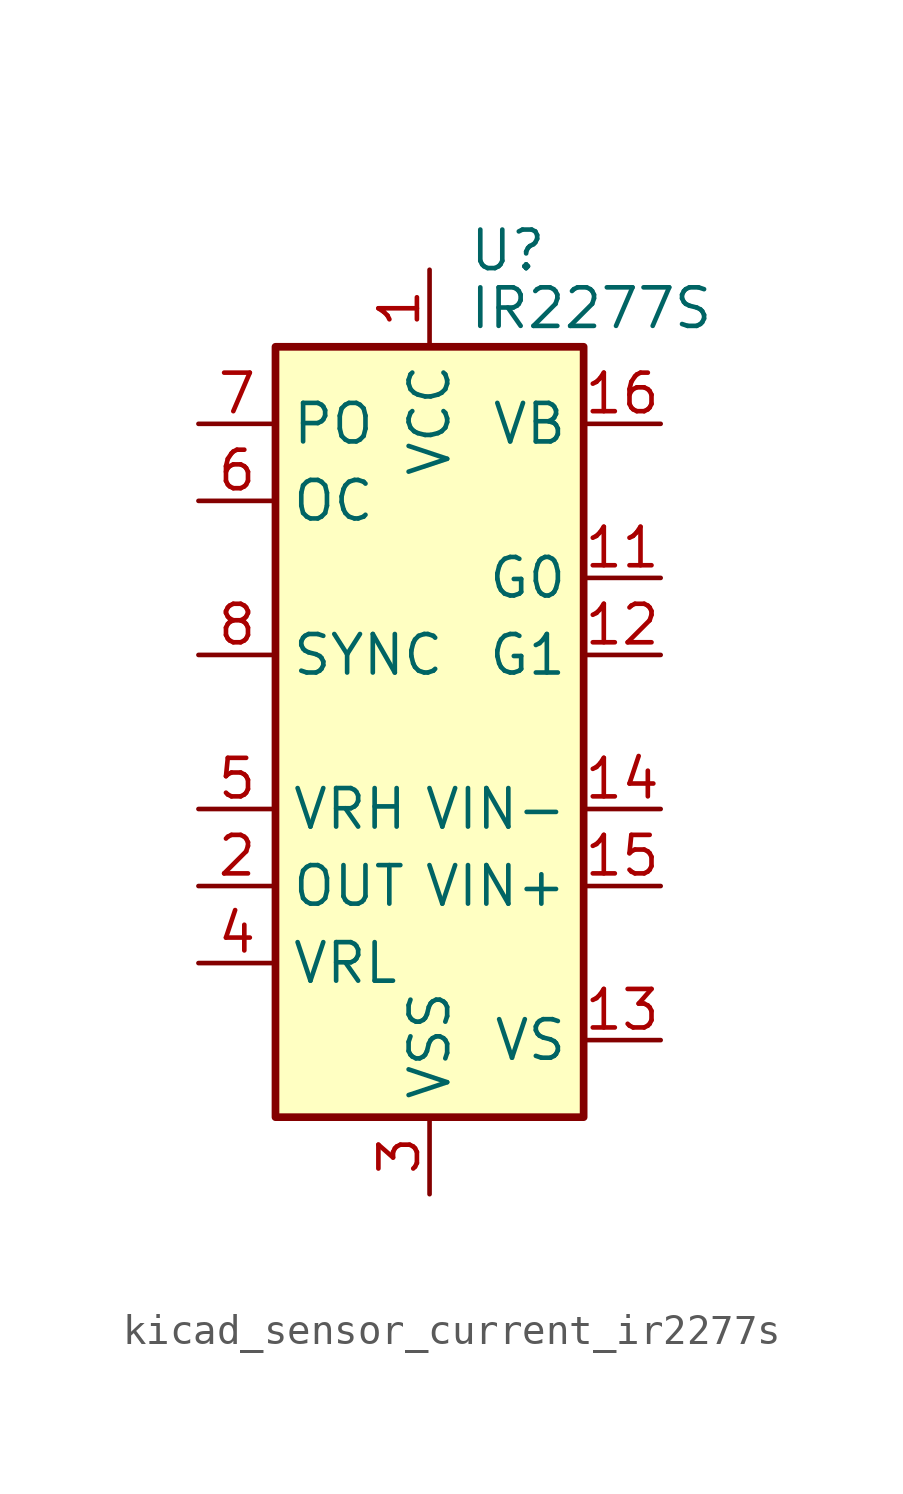
<source format=kicad_sym>
(kicad_symbol_lib
  (version 20220914)
  (generator kicad_symbol_editor)
  (symbol "kicad_sensor_current_ir2277s"
    (property "Reference" "U"
      (at 1.27 15.875 0)
      (effects (font (size 1.27 1.27)) (justify left)))
    (property "Value" "IR2277S"
      (at 1.27 13.97 0)
      (effects (font (size 1.27 1.27)) (justify left)))
    (symbol "kicad_sensor_current_ir2277s_0_1"
      (rectangle (start -5.08 -12.7) (end 5.08 12.7) (stroke (width 0.254) (type default)) (fill (type background))))
    (symbol "kicad_sensor_current_ir2277s_1_1"
      (pin power_in line (at 0 15.24 270) (length 2.54) (name "VCC" (effects (font (size 1.27 1.27)))) (number "1" (effects (font (size 1.27 1.27)))))
      (pin no_connect line (at -5.08 0 0) (length 2.54) hide (name "NC" (effects (font (size 1.27 1.27)))) (number "10" (effects (font (size 1.27 1.27)))))
      (pin input line (at 7.62 5.08 180) (length 2.54) (name "G0" (effects (font (size 1.27 1.27)))) (number "11" (effects (font (size 1.27 1.27)))))
      (pin input line (at 7.62 2.54 180) (length 2.54) (name "G1" (effects (font (size 1.27 1.27)))) (number "12" (effects (font (size 1.27 1.27)))))
      (pin passive line (at 7.62 -10.16 180) (length 2.54) (name "VS" (effects (font (size 1.27 1.27)))) (number "13" (effects (font (size 1.27 1.27)))))
      (pin passive line (at 7.62 -2.54 180) (length 2.54) (name "VIN-" (effects (font (size 1.27 1.27)))) (number "14" (effects (font (size 1.27 1.27)))))
      (pin passive line (at 7.62 -5.08 180) (length 2.54) (name "VIN+" (effects (font (size 1.27 1.27)))) (number "15" (effects (font (size 1.27 1.27)))))
      (pin passive line (at 7.62 10.16 180) (length 2.54) (name "VB" (effects (font (size 1.27 1.27)))) (number "16" (effects (font (size 1.27 1.27)))))
      (pin output line (at -7.62 -5.08 0) (length 2.54) (name "OUT" (effects (font (size 1.27 1.27)))) (number "2" (effects (font (size 1.27 1.27)))))
      (pin power_in line (at 0 -15.24 90) (length 2.54) (name "VSS" (effects (font (size 1.27 1.27)))) (number "3" (effects (font (size 1.27 1.27)))))
      (pin input line (at -7.62 -7.62 0) (length 2.54) (name "VRL" (effects (font (size 1.27 1.27)))) (number "4" (effects (font (size 1.27 1.27)))))
      (pin input line (at -7.62 -2.54 0) (length 2.54) (name "VRH" (effects (font (size 1.27 1.27)))) (number "5" (effects (font (size 1.27 1.27)))))
      (pin open_collector line (at -7.62 7.62 0) (length 2.54) (name "OC" (effects (font (size 1.27 1.27)))) (number "6" (effects (font (size 1.27 1.27)))))
      (pin open_collector line (at -7.62 10.16 0) (length 2.54) (name "PO" (effects (font (size 1.27 1.27)))) (number "7" (effects (font (size 1.27 1.27)))))
      (pin input line (at -7.62 2.54 0) (length 2.54) (name "SYNC" (effects (font (size 1.27 1.27)))) (number "8" (effects (font (size 1.27 1.27)))))
      (pin no_connect line (at -5.08 5.08 0) (length 2.54) hide (name "NC" (effects (font (size 1.27 1.27)))) (number "9" (effects (font (size 1.27 1.27))))))))
</source>
